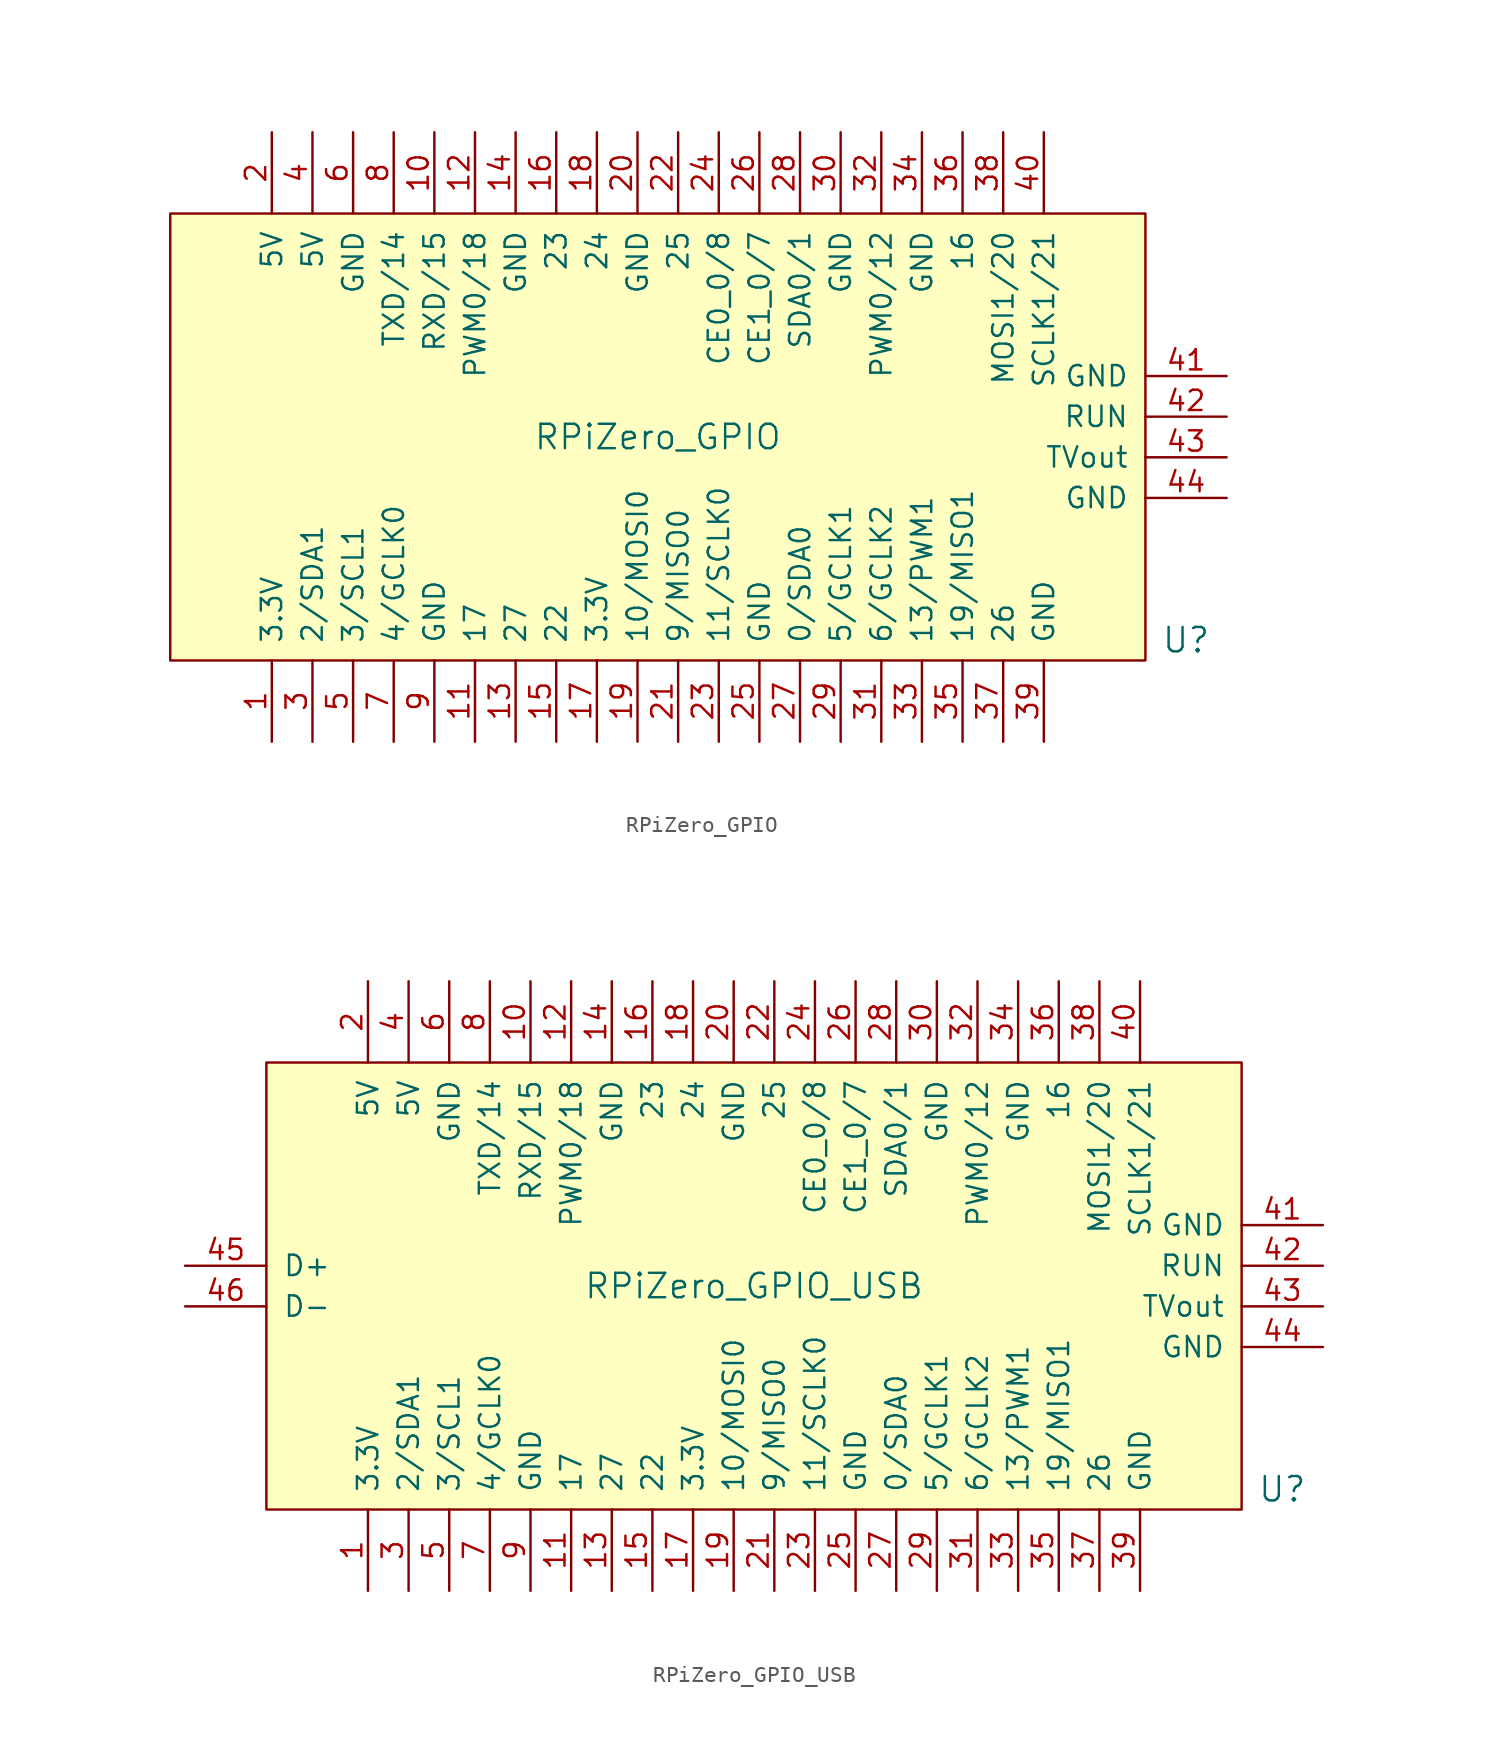
<source format=kicad_sym>
(kicad_symbol_lib
  (version 20211014)
  (generator kicad_symbol_editor)
  (symbol "RPiZero_GPIO"
    (pin_names
      (offset 1.016))
    (property "Reference" "U"
      (at 33.02 -12.7 0)
      (effects (font (size 1.524 1.524))))
    (property "Value" "RPiZero_GPIO"
      (at 0 0 0)
      (effects (font (size 1.524 1.524))))
    (symbol "RPiZero_GPIO_0_1"
      (rectangle (start -30.48 13.97) (end 30.48 -13.97) (stroke (width 0) (type default) (color 0 0 0 0)) (fill (type background))))
    (symbol "RPiZero_GPIO_1_1"
      (pin power_out line (at -24.13 -19.05 90) (length 5.08) (name "3.3V" (effects (font (size 1.27 1.27)))) (number "1" (effects (font (size 1.27 1.27)))))
      (pin bidirectional line (at -13.97 19.05 270) (length 5.08) (name "RXD/15" (effects (font (size 1.27 1.27)))) (number "10" (effects (font (size 1.27 1.27)))))
      (pin bidirectional line (at -11.43 -19.05 90) (length 5.08) (name "17" (effects (font (size 1.27 1.27)))) (number "11" (effects (font (size 1.27 1.27)))))
      (pin bidirectional line (at -11.43 19.05 270) (length 5.08) (name "PWM0/18" (effects (font (size 1.27 1.27)))) (number "12" (effects (font (size 1.27 1.27)))))
      (pin bidirectional line (at -8.89 -19.05 90) (length 5.08) (name "27" (effects (font (size 1.27 1.27)))) (number "13" (effects (font (size 1.27 1.27)))))
      (pin passive line (at -8.89 19.05 270) (length 5.08) (name "GND" (effects (font (size 1.27 1.27)))) (number "14" (effects (font (size 1.27 1.27)))))
      (pin bidirectional line (at -6.35 -19.05 90) (length 5.08) (name "22" (effects (font (size 1.27 1.27)))) (number "15" (effects (font (size 1.27 1.27)))))
      (pin bidirectional line (at -6.35 19.05 270) (length 5.08) (name "23" (effects (font (size 1.27 1.27)))) (number "16" (effects (font (size 1.27 1.27)))))
      (pin power_out line (at -3.81 -19.05 90) (length 5.08) (name "3.3V" (effects (font (size 1.27 1.27)))) (number "17" (effects (font (size 1.27 1.27)))))
      (pin bidirectional line (at -3.81 19.05 270) (length 5.08) (name "24" (effects (font (size 1.27 1.27)))) (number "18" (effects (font (size 1.27 1.27)))))
      (pin bidirectional line (at -1.27 -19.05 90) (length 5.08) (name "10/MOSI0" (effects (font (size 1.27 1.27)))) (number "19" (effects (font (size 1.27 1.27)))))
      (pin power_in line (at -24.13 19.05 270) (length 5.08) (name "5V" (effects (font (size 1.27 1.27)))) (number "2" (effects (font (size 1.27 1.27)))))
      (pin passive line (at -1.27 19.05 270) (length 5.08) (name "GND" (effects (font (size 1.27 1.27)))) (number "20" (effects (font (size 1.27 1.27)))))
      (pin bidirectional line (at 1.27 -19.05 90) (length 5.08) (name "9/MISO0" (effects (font (size 1.27 1.27)))) (number "21" (effects (font (size 1.27 1.27)))))
      (pin bidirectional line (at 1.27 19.05 270) (length 5.08) (name "25" (effects (font (size 1.27 1.27)))) (number "22" (effects (font (size 1.27 1.27)))))
      (pin bidirectional line (at 3.81 -19.05 90) (length 5.08) (name "11/SCLK0" (effects (font (size 1.27 1.27)))) (number "23" (effects (font (size 1.27 1.27)))))
      (pin bidirectional line (at 3.81 19.05 270) (length 5.08) (name "CE0_0/8" (effects (font (size 1.27 1.27)))) (number "24" (effects (font (size 1.27 1.27)))))
      (pin passive line (at 6.35 -19.05 90) (length 5.08) (name "GND" (effects (font (size 1.27 1.27)))) (number "25" (effects (font (size 1.27 1.27)))))
      (pin bidirectional line (at 6.35 19.05 270) (length 5.08) (name "CE1_0/7" (effects (font (size 1.27 1.27)))) (number "26" (effects (font (size 1.27 1.27)))))
      (pin bidirectional line (at 8.89 -19.05 90) (length 5.08) (name "0/SDA0" (effects (font (size 1.27 1.27)))) (number "27" (effects (font (size 1.27 1.27)))))
      (pin bidirectional line (at 8.89 19.05 270) (length 5.08) (name "SDA0/1" (effects (font (size 1.27 1.27)))) (number "28" (effects (font (size 1.27 1.27)))))
      (pin bidirectional line (at 11.43 -19.05 90) (length 5.08) (name "5/GCLK1" (effects (font (size 1.27 1.27)))) (number "29" (effects (font (size 1.27 1.27)))))
      (pin bidirectional line (at -21.59 -19.05 90) (length 5.08) (name "2/SDA1" (effects (font (size 1.27 1.27)))) (number "3" (effects (font (size 1.27 1.27)))))
      (pin passive line (at 11.43 19.05 270) (length 5.08) (name "GND" (effects (font (size 1.27 1.27)))) (number "30" (effects (font (size 1.27 1.27)))))
      (pin bidirectional line (at 13.97 -19.05 90) (length 5.08) (name "6/GCLK2" (effects (font (size 1.27 1.27)))) (number "31" (effects (font (size 1.27 1.27)))))
      (pin bidirectional line (at 13.97 19.05 270) (length 5.08) (name "PWM0/12" (effects (font (size 1.27 1.27)))) (number "32" (effects (font (size 1.27 1.27)))))
      (pin bidirectional line (at 16.51 -19.05 90) (length 5.08) (name "13/PWM1" (effects (font (size 1.27 1.27)))) (number "33" (effects (font (size 1.27 1.27)))))
      (pin passive line (at 16.51 19.05 270) (length 5.08) (name "GND" (effects (font (size 1.27 1.27)))) (number "34" (effects (font (size 1.27 1.27)))))
      (pin bidirectional line (at 19.05 -19.05 90) (length 5.08) (name "19/MISO1" (effects (font (size 1.27 1.27)))) (number "35" (effects (font (size 1.27 1.27)))))
      (pin bidirectional line (at 19.05 19.05 270) (length 5.08) (name "16" (effects (font (size 1.27 1.27)))) (number "36" (effects (font (size 1.27 1.27)))))
      (pin bidirectional line (at 21.59 -19.05 90) (length 5.08) (name "26" (effects (font (size 1.27 1.27)))) (number "37" (effects (font (size 1.27 1.27)))))
      (pin bidirectional line (at 21.59 19.05 270) (length 5.08) (name "MOSI1/20" (effects (font (size 1.27 1.27)))) (number "38" (effects (font (size 1.27 1.27)))))
      (pin passive line (at 24.13 -19.05 90) (length 5.08) (name "GND" (effects (font (size 1.27 1.27)))) (number "39" (effects (font (size 1.27 1.27)))))
      (pin power_in line (at -21.59 19.05 270) (length 5.08) (name "5V" (effects (font (size 1.27 1.27)))) (number "4" (effects (font (size 1.27 1.27)))))
      (pin bidirectional line (at 24.13 19.05 270) (length 5.08) (name "SCLK1/21" (effects (font (size 1.27 1.27)))) (number "40" (effects (font (size 1.27 1.27)))))
      (pin passive line (at 35.56 3.81 180) (length 5.08) (name "GND" (effects (font (size 1.27 1.27)))) (number "41" (effects (font (size 1.27 1.27)))))
      (pin input line (at 35.56 1.27 180) (length 5.08) (name "RUN" (effects (font (size 1.27 1.27)))) (number "42" (effects (font (size 1.27 1.27)))))
      (pin output line (at 35.56 -1.27 180) (length 5.08) (name "TVout" (effects (font (size 1.27 1.27)))) (number "43" (effects (font (size 1.27 1.27)))))
      (pin passive line (at 35.56 -3.81 180) (length 5.08) (name "GND" (effects (font (size 1.27 1.27)))) (number "44" (effects (font (size 1.27 1.27)))))
      (pin bidirectional line (at -19.05 -19.05 90) (length 5.08) (name "3/SCL1" (effects (font (size 1.27 1.27)))) (number "5" (effects (font (size 1.27 1.27)))))
      (pin passive line (at -19.05 19.05 270) (length 5.08) (name "GND" (effects (font (size 1.27 1.27)))) (number "6" (effects (font (size 1.27 1.27)))))
      (pin bidirectional line (at -16.51 -19.05 90) (length 5.08) (name "4/GCLK0" (effects (font (size 1.27 1.27)))) (number "7" (effects (font (size 1.27 1.27)))))
      (pin bidirectional line (at -16.51 19.05 270) (length 5.08) (name "TXD/14" (effects (font (size 1.27 1.27)))) (number "8" (effects (font (size 1.27 1.27)))))
      (pin passive line (at -13.97 -19.05 90) (length 5.08) (name "GND" (effects (font (size 1.27 1.27)))) (number "9" (effects (font (size 1.27 1.27)))))))
  (symbol "RPiZero_GPIO_USB"
    (pin_names
      (offset 1.016))
    (property "Reference" "U"
      (at 33.02 -12.7 0)
      (effects (font (size 1.524 1.524))))
    (property "Value" "RPiZero_GPIO_USB"
      (at 0 0 0)
      (effects (font (size 1.524 1.524))))
    (symbol "RPiZero_GPIO_USB_0_1"
      (rectangle (start -30.48 13.97) (end 30.48 -13.97) (stroke (width 0) (type default) (color 0 0 0 0)) (fill (type background))))
    (symbol "RPiZero_GPIO_USB_1_1"
      (pin power_out line (at -24.13 -19.05 90) (length 5.08) (name "3.3V" (effects (font (size 1.27 1.27)))) (number "1" (effects (font (size 1.27 1.27)))))
      (pin bidirectional line (at -13.97 19.05 270) (length 5.08) (name "RXD/15" (effects (font (size 1.27 1.27)))) (number "10" (effects (font (size 1.27 1.27)))))
      (pin bidirectional line (at -11.43 -19.05 90) (length 5.08) (name "17" (effects (font (size 1.27 1.27)))) (number "11" (effects (font (size 1.27 1.27)))))
      (pin bidirectional line (at -11.43 19.05 270) (length 5.08) (name "PWM0/18" (effects (font (size 1.27 1.27)))) (number "12" (effects (font (size 1.27 1.27)))))
      (pin bidirectional line (at -8.89 -19.05 90) (length 5.08) (name "27" (effects (font (size 1.27 1.27)))) (number "13" (effects (font (size 1.27 1.27)))))
      (pin passive line (at -8.89 19.05 270) (length 5.08) (name "GND" (effects (font (size 1.27 1.27)))) (number "14" (effects (font (size 1.27 1.27)))))
      (pin bidirectional line (at -6.35 -19.05 90) (length 5.08) (name "22" (effects (font (size 1.27 1.27)))) (number "15" (effects (font (size 1.27 1.27)))))
      (pin bidirectional line (at -6.35 19.05 270) (length 5.08) (name "23" (effects (font (size 1.27 1.27)))) (number "16" (effects (font (size 1.27 1.27)))))
      (pin power_out line (at -3.81 -19.05 90) (length 5.08) (name "3.3V" (effects (font (size 1.27 1.27)))) (number "17" (effects (font (size 1.27 1.27)))))
      (pin bidirectional line (at -3.81 19.05 270) (length 5.08) (name "24" (effects (font (size 1.27 1.27)))) (number "18" (effects (font (size 1.27 1.27)))))
      (pin bidirectional line (at -1.27 -19.05 90) (length 5.08) (name "10/MOSI0" (effects (font (size 1.27 1.27)))) (number "19" (effects (font (size 1.27 1.27)))))
      (pin power_in line (at -24.13 19.05 270) (length 5.08) (name "5V" (effects (font (size 1.27 1.27)))) (number "2" (effects (font (size 1.27 1.27)))))
      (pin passive line (at -1.27 19.05 270) (length 5.08) (name "GND" (effects (font (size 1.27 1.27)))) (number "20" (effects (font (size 1.27 1.27)))))
      (pin bidirectional line (at 1.27 -19.05 90) (length 5.08) (name "9/MISO0" (effects (font (size 1.27 1.27)))) (number "21" (effects (font (size 1.27 1.27)))))
      (pin bidirectional line (at 1.27 19.05 270) (length 5.08) (name "25" (effects (font (size 1.27 1.27)))) (number "22" (effects (font (size 1.27 1.27)))))
      (pin bidirectional line (at 3.81 -19.05 90) (length 5.08) (name "11/SCLK0" (effects (font (size 1.27 1.27)))) (number "23" (effects (font (size 1.27 1.27)))))
      (pin bidirectional line (at 3.81 19.05 270) (length 5.08) (name "CE0_0/8" (effects (font (size 1.27 1.27)))) (number "24" (effects (font (size 1.27 1.27)))))
      (pin passive line (at 6.35 -19.05 90) (length 5.08) (name "GND" (effects (font (size 1.27 1.27)))) (number "25" (effects (font (size 1.27 1.27)))))
      (pin bidirectional line (at 6.35 19.05 270) (length 5.08) (name "CE1_0/7" (effects (font (size 1.27 1.27)))) (number "26" (effects (font (size 1.27 1.27)))))
      (pin bidirectional line (at 8.89 -19.05 90) (length 5.08) (name "0/SDA0" (effects (font (size 1.27 1.27)))) (number "27" (effects (font (size 1.27 1.27)))))
      (pin bidirectional line (at 8.89 19.05 270) (length 5.08) (name "SDA0/1" (effects (font (size 1.27 1.27)))) (number "28" (effects (font (size 1.27 1.27)))))
      (pin bidirectional line (at 11.43 -19.05 90) (length 5.08) (name "5/GCLK1" (effects (font (size 1.27 1.27)))) (number "29" (effects (font (size 1.27 1.27)))))
      (pin bidirectional line (at -21.59 -19.05 90) (length 5.08) (name "2/SDA1" (effects (font (size 1.27 1.27)))) (number "3" (effects (font (size 1.27 1.27)))))
      (pin passive line (at 11.43 19.05 270) (length 5.08) (name "GND" (effects (font (size 1.27 1.27)))) (number "30" (effects (font (size 1.27 1.27)))))
      (pin bidirectional line (at 13.97 -19.05 90) (length 5.08) (name "6/GCLK2" (effects (font (size 1.27 1.27)))) (number "31" (effects (font (size 1.27 1.27)))))
      (pin bidirectional line (at 13.97 19.05 270) (length 5.08) (name "PWM0/12" (effects (font (size 1.27 1.27)))) (number "32" (effects (font (size 1.27 1.27)))))
      (pin bidirectional line (at 16.51 -19.05 90) (length 5.08) (name "13/PWM1" (effects (font (size 1.27 1.27)))) (number "33" (effects (font (size 1.27 1.27)))))
      (pin passive line (at 16.51 19.05 270) (length 5.08) (name "GND" (effects (font (size 1.27 1.27)))) (number "34" (effects (font (size 1.27 1.27)))))
      (pin bidirectional line (at 19.05 -19.05 90) (length 5.08) (name "19/MISO1" (effects (font (size 1.27 1.27)))) (number "35" (effects (font (size 1.27 1.27)))))
      (pin bidirectional line (at 19.05 19.05 270) (length 5.08) (name "16" (effects (font (size 1.27 1.27)))) (number "36" (effects (font (size 1.27 1.27)))))
      (pin bidirectional line (at 21.59 -19.05 90) (length 5.08) (name "26" (effects (font (size 1.27 1.27)))) (number "37" (effects (font (size 1.27 1.27)))))
      (pin bidirectional line (at 21.59 19.05 270) (length 5.08) (name "MOSI1/20" (effects (font (size 1.27 1.27)))) (number "38" (effects (font (size 1.27 1.27)))))
      (pin passive line (at 24.13 -19.05 90) (length 5.08) (name "GND" (effects (font (size 1.27 1.27)))) (number "39" (effects (font (size 1.27 1.27)))))
      (pin power_in line (at -21.59 19.05 270) (length 5.08) (name "5V" (effects (font (size 1.27 1.27)))) (number "4" (effects (font (size 1.27 1.27)))))
      (pin bidirectional line (at 24.13 19.05 270) (length 5.08) (name "SCLK1/21" (effects (font (size 1.27 1.27)))) (number "40" (effects (font (size 1.27 1.27)))))
      (pin passive line (at 35.56 3.81 180) (length 5.08) (name "GND" (effects (font (size 1.27 1.27)))) (number "41" (effects (font (size 1.27 1.27)))))
      (pin input line (at 35.56 1.27 180) (length 5.08) (name "RUN" (effects (font (size 1.27 1.27)))) (number "42" (effects (font (size 1.27 1.27)))))
      (pin output line (at 35.56 -1.27 180) (length 5.08) (name "TVout" (effects (font (size 1.27 1.27)))) (number "43" (effects (font (size 1.27 1.27)))))
      (pin passive line (at 35.56 -3.81 180) (length 5.08) (name "GND" (effects (font (size 1.27 1.27)))) (number "44" (effects (font (size 1.27 1.27)))))
      (pin bidirectional line (at -35.56 1.27 0) (length 5.08) (name "D+" (effects (font (size 1.27 1.27)))) (number "45" (effects (font (size 1.27 1.27)))))
      (pin bidirectional line (at -35.56 -1.27 0) (length 5.08) (name "D-" (effects (font (size 1.27 1.27)))) (number "46" (effects (font (size 1.27 1.27)))))
      (pin bidirectional line (at -19.05 -19.05 90) (length 5.08) (name "3/SCL1" (effects (font (size 1.27 1.27)))) (number "5" (effects (font (size 1.27 1.27)))))
      (pin passive line (at -19.05 19.05 270) (length 5.08) (name "GND" (effects (font (size 1.27 1.27)))) (number "6" (effects (font (size 1.27 1.27)))))
      (pin bidirectional line (at -16.51 -19.05 90) (length 5.08) (name "4/GCLK0" (effects (font (size 1.27 1.27)))) (number "7" (effects (font (size 1.27 1.27)))))
      (pin bidirectional line (at -16.51 19.05 270) (length 5.08) (name "TXD/14" (effects (font (size 1.27 1.27)))) (number "8" (effects (font (size 1.27 1.27)))))
      (pin passive line (at -13.97 -19.05 90) (length 5.08) (name "GND" (effects (font (size 1.27 1.27)))) (number "9" (effects (font (size 1.27 1.27))))))))
</source>
